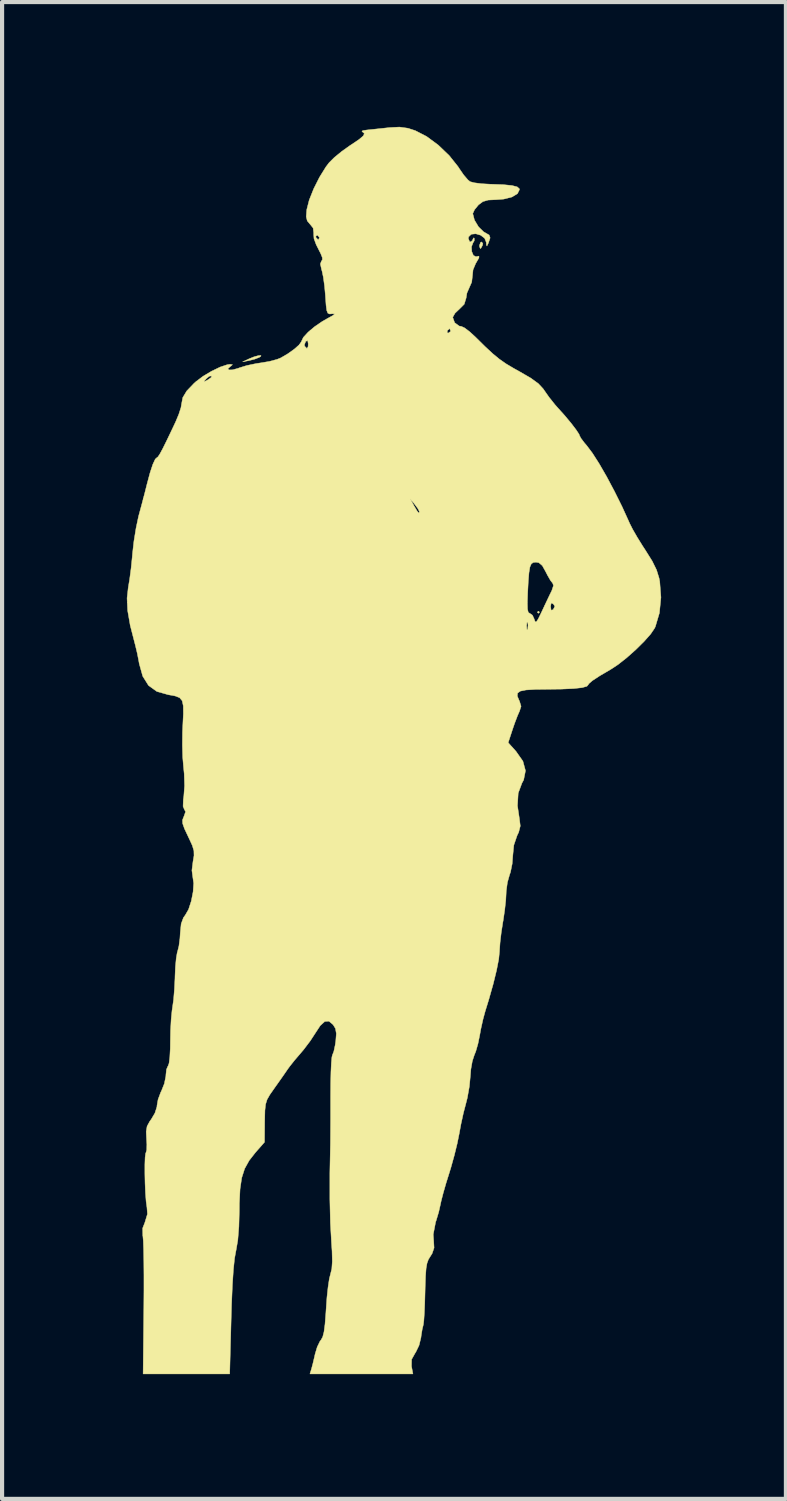
<source format=kicad_pcb>
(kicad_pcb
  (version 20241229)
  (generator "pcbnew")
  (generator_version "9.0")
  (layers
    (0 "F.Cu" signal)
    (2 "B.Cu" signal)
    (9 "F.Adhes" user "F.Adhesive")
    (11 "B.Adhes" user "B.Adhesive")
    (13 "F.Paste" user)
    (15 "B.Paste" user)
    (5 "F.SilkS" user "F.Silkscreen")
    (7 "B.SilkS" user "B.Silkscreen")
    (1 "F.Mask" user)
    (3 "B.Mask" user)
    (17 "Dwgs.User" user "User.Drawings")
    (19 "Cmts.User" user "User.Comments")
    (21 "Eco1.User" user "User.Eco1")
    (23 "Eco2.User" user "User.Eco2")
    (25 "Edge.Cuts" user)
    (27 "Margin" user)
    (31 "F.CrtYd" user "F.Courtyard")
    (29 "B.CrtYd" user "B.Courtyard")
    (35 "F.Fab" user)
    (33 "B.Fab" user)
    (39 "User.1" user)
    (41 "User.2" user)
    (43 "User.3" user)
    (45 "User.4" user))
  (footprint "mme"
    (layer "F.Cu")
    (at 5.912 14.852)
    (property "Reference" "mme" (at 0 0 0) (layer "F.SilkS") (effects (font (size 1.524 1.524) (thickness 0.3))))
    (attr through_hole)
    (fp_poly (pts (xy 4.011 -3.182) (xy 3.984 -3.155) (xy 3.957 -3.182) (xy 3.984 -3.208) (xy 4.011 -3.182)) (stroke (width 0.01) (type solid)) (fill yes) (layer "F.SilkS"))
    (fp_poly (pts (xy 2.648 -12.046) (xy 2.64 -12.005) (xy 2.602 -11.934) (xy 2.588 -11.925) (xy 2.569 -11.968) (xy 2.567 -12.005) (xy 2.595 -12.076) (xy 2.619 -12.085) (xy 2.648 -12.046)) (stroke (width 0.01) (type solid)) (fill yes) (layer "F.SilkS"))
    (fp_poly (pts (xy -2.691 -9.334) (xy -2.727 -9.31) (xy -2.837 -9.267) (xy -2.968 -9.234) (xy -3.128 -9.202) (xy -2.968 -9.277) (xy -2.849 -9.325) (xy -2.747 -9.352) (xy -2.686 -9.356) (xy -2.691 -9.334)) (stroke (width 0.01) (type solid)) (fill yes) (layer "F.SilkS"))
    (fp_poly (pts (xy 0.846 -14.819) (xy 1.024 -14.761) (xy 1.294 -14.622) (xy 1.576 -14.414) (xy 1.839 -14.162) (xy 2.051 -13.896) (xy 2.079 -13.852) (xy 2.185 -13.698) (xy 2.288 -13.578) (xy 2.342 -13.534) (xy 2.444 -13.507) (xy 2.617 -13.485) (xy 2.825 -13.473) (xy 2.839 -13.473) (xy 3.142 -13.462) (xy 3.35 -13.441) (xy 3.474 -13.409) (xy 3.526 -13.363) (xy 3.529 -13.344) (xy 3.48 -13.245) (xy 3.346 -13.165) (xy 3.15 -13.115) (xy 2.967 -13.101) (xy 2.776 -13.092) (xy 2.649 -13.055) (xy 2.548 -12.98) (xy 2.538 -12.97) (xy 2.448 -12.86) (xy 2.407 -12.77) (xy 2.406 -12.764) (xy 2.446 -12.611) (xy 2.543 -12.449) (xy 2.665 -12.329) (xy 2.7 -12.309) (xy 2.8 -12.251) (xy 2.823 -12.183) (xy 2.782 -12.061) (xy 2.781 -12.058) (xy 2.746 -11.987) (xy 2.733 -12.015) (xy 2.731 -12.073) (xy 2.69 -12.175) (xy 2.594 -12.247) (xy 2.477 -12.281) (xy 2.37 -12.27) (xy 2.306 -12.208) (xy 2.299 -12.167) (xy 2.328 -12.095) (xy 2.353 -12.085) (xy 2.403 -12.127) (xy 2.406 -12.147) (xy 2.427 -12.184) (xy 2.441 -12.175) (xy 2.441 -12.112) (xy 2.412 -12.065) (xy 2.375 -11.969) (xy 2.381 -11.855) (xy 2.42 -11.762) (xy 2.482 -11.729) (xy 2.493 -11.733) (xy 2.555 -11.744) (xy 2.553 -11.7) (xy 2.487 -11.586) (xy 2.475 -11.566) (xy 2.412 -11.415) (xy 2.398 -11.275) (xy 2.38 -11.118) (xy 2.33 -11.005) (xy 2.265 -10.856) (xy 2.246 -10.738) (xy 2.2 -10.587) (xy 2.085 -10.472) (xy 1.98 -10.373) (xy 1.927 -10.28) (xy 1.925 -10.268) (xy 1.97 -10.143) (xy 2.078 -10.063) (xy 2.134 -10.053) (xy 2.211 -10.017) (xy 2.333 -9.924) (xy 2.469 -9.799) (xy 2.702 -9.569) (xy 2.887 -9.397) (xy 3.048 -9.265) (xy 3.209 -9.153) (xy 3.396 -9.042) (xy 3.54 -8.962) (xy 3.802 -8.81) (xy 3.982 -8.679) (xy 4.099 -8.553) (xy 4.126 -8.513) (xy 4.238 -8.353) (xy 4.38 -8.175) (xy 4.445 -8.101) (xy 4.618 -7.909) (xy 4.771 -7.725) (xy 4.89 -7.569) (xy 4.961 -7.461) (xy 4.973 -7.427) (xy 5.006 -7.365) (xy 5.089 -7.255) (xy 5.147 -7.187) (xy 5.281 -7.009) (xy 5.445 -6.753) (xy 5.626 -6.439) (xy 5.813 -6.087) (xy 5.996 -5.719) (xy 6.162 -5.354) (xy 6.176 -5.321) (xy 6.247 -5.18) (xy 6.359 -4.985) (xy 6.494 -4.768) (xy 6.558 -4.67) (xy 6.72 -4.411) (xy 6.824 -4.199) (xy 6.885 -4.002) (xy 6.901 -3.921) (xy 6.93 -3.537) (xy 6.893 -3.163) (xy 6.796 -2.836) (xy 6.776 -2.795) (xy 6.682 -2.656) (xy 6.524 -2.478) (xy 6.325 -2.281) (xy 6.109 -2.089) (xy 5.9 -1.924) (xy 5.735 -1.815) (xy 5.458 -1.652) (xy 5.278 -1.534) (xy 5.194 -1.46) (xy 5.187 -1.444) (xy 5.15 -1.401) (xy 5.034 -1.368) (xy 4.831 -1.346) (xy 4.536 -1.333) (xy 4.215 -1.329) (xy 3.902 -1.325) (xy 3.683 -1.312) (xy 3.548 -1.284) (xy 3.483 -1.237) (xy 3.476 -1.167) (xy 3.517 -1.067) (xy 3.528 -1.046) (xy 3.567 -0.919) (xy 3.53 -0.804) (xy 3.48 -0.69) (xy 3.414 -0.516) (xy 3.362 -0.365) (xy 3.257 -0.045) (xy 3.443 0.161) (xy 3.611 0.4) (xy 3.673 0.629) (xy 3.629 0.851) (xy 3.588 0.927) (xy 3.498 1.168) (xy 3.48 1.472) (xy 3.527 1.786) (xy 3.548 1.958) (xy 3.509 2.11) (xy 3.472 2.186) (xy 3.393 2.418) (xy 3.369 2.661) (xy 3.353 2.868) (xy 3.313 3.066) (xy 3.289 3.136) (xy 3.238 3.316) (xy 3.21 3.524) (xy 3.208 3.576) (xy 3.199 3.748) (xy 3.173 3.981) (xy 3.137 4.229) (xy 3.128 4.278) (xy 3.09 4.522) (xy 3.062 4.759) (xy 3.049 4.944) (xy 3.048 4.973) (xy 3.03 5.159) (xy 2.978 5.426) (xy 2.897 5.757) (xy 2.791 6.132) (xy 2.703 6.417) (xy 2.651 6.609) (xy 2.599 6.843) (xy 2.573 6.987) (xy 2.531 7.193) (xy 2.478 7.378) (xy 2.44 7.473) (xy 2.395 7.611) (xy 2.36 7.807) (xy 2.347 7.972) (xy 2.323 8.223) (xy 2.275 8.493) (xy 2.239 8.636) (xy 2.18 8.861) (xy 2.121 9.13) (xy 2.079 9.358) (xy 2.032 9.59) (xy 1.962 9.876) (xy 1.88 10.171) (xy 1.839 10.304) (xy 1.761 10.553) (xy 1.694 10.787) (xy 1.646 10.973) (xy 1.629 11.052) (xy 1.587 11.239) (xy 1.526 11.443) (xy 1.512 11.483) (xy 1.455 11.78) (xy 1.465 11.927) (xy 1.475 12.102) (xy 1.428 12.239) (xy 1.386 12.305) (xy 1.338 12.383) (xy 1.305 12.475) (xy 1.283 12.602) (xy 1.27 12.785) (xy 1.261 13.046) (xy 1.258 13.171) (xy 1.251 13.44) (xy 1.241 13.675) (xy 1.229 13.853) (xy 1.217 13.95) (xy 1.215 13.957) (xy 1.19 14.059) (xy 1.165 14.214) (xy 1.159 14.262) (xy 1.114 14.446) (xy 1.035 14.61) (xy 1.018 14.635) (xy 0.935 14.784) (xy 0.932 14.946) (xy 0.934 14.958) (xy 0.967 15.133) (xy -1.51 15.133) (xy -1.473 15.013) (xy -1.439 14.885) (xy -1.398 14.712) (xy -1.386 14.656) (xy -1.335 14.486) (xy -1.269 14.349) (xy -1.246 14.32) (xy -1.204 14.247) (xy -1.172 14.124) (xy -1.147 13.933) (xy -1.126 13.658) (xy -1.12 13.567) (xy -1.101 13.295) (xy -1.074 13.046) (xy -1.044 12.847) (xy -1.016 12.734) (xy -0.984 12.606) (xy -0.972 12.429) (xy -0.978 12.182) (xy -0.991 11.985) (xy -1.018 11.502) (xy -1.031 10.934) (xy -1.031 10.301) (xy -1.021 9.786) (xy -1.017 9.593) (xy -1.015 9.323) (xy -1.013 9.002) (xy -1.013 8.66) (xy -1.013 8.454) (xy -1.011 8.147) (xy -1.005 7.875) (xy -0.995 7.659) (xy -0.982 7.515) (xy -0.969 7.465) (xy -0.936 7.381) (xy -0.904 7.231) (xy -0.889 7.132) (xy -0.875 6.95) (xy -0.896 6.829) (xy -0.953 6.736) (xy -1.053 6.652) (xy -1.153 6.659) (xy -1.263 6.76) (xy -1.377 6.934) (xy -1.501 7.124) (xy -1.656 7.329) (xy -1.741 7.43) (xy -1.875 7.586) (xy -1.991 7.732) (xy -2.046 7.807) (xy -2.122 7.918) (xy -2.236 8.081) (xy -2.363 8.26) (xy -2.364 8.262) (xy -2.472 8.416) (xy -2.54 8.535) (xy -2.576 8.651) (xy -2.592 8.798) (xy -2.597 9.012) (xy -2.598 9.072) (xy -2.602 9.561) (xy -2.821 9.81) (xy -2.971 10.002) (xy -3.079 10.197) (xy -3.15 10.418) (xy -3.19 10.689) (xy -3.207 11.033) (xy -3.208 11.21) (xy -3.218 11.592) (xy -3.244 11.917) (xy -3.286 12.162) (xy -3.289 12.175) (xy -3.322 12.355) (xy -3.35 12.625) (xy -3.374 12.991) (xy -3.394 13.456) (xy -3.404 13.808) (xy -3.439 15.133) (xy -5.521 15.133) (xy -5.504 13.542) (xy -5.501 13.134) (xy -5.501 12.754) (xy -5.504 12.419) (xy -5.509 12.142) (xy -5.516 11.939) (xy -5.526 11.824) (xy -5.529 11.81) (xy -5.532 11.629) (xy -5.48 11.496) (xy -5.417 11.289) (xy -5.429 11.129) (xy -5.449 10.984) (xy -5.464 10.784) (xy -5.474 10.553) (xy -5.479 10.317) (xy -5.479 10.1) (xy -5.473 9.928) (xy -5.46 9.827) (xy -5.452 9.811) (xy -5.434 9.748) (xy -5.431 9.613) (xy -5.438 9.49) (xy -5.447 9.305) (xy -5.425 9.177) (xy -5.362 9.061) (xy -5.326 9.012) (xy -5.237 8.861) (xy -5.189 8.711) (xy -5.187 8.679) (xy -5.161 8.533) (xy -5.098 8.364) (xy -5.08 8.328) (xy -5.01 8.152) (xy -4.974 7.973) (xy -4.973 7.944) (xy -4.959 7.811) (xy -4.924 7.731) (xy -4.92 7.727) (xy -4.897 7.662) (xy -4.879 7.513) (xy -4.868 7.302) (xy -4.866 7.143) (xy -4.861 6.874) (xy -4.847 6.613) (xy -4.826 6.397) (xy -4.814 6.317) (xy -4.788 6.131) (xy -4.768 5.884) (xy -4.755 5.625) (xy -4.754 5.575) (xy -4.744 5.345) (xy -4.725 5.142) (xy -4.701 5) (xy -4.692 4.973) (xy -4.66 4.845) (xy -4.636 4.659) (xy -4.628 4.532) (xy -4.606 4.31) (xy -4.551 4.161) (xy -4.509 4.104) (xy -4.429 3.966) (xy -4.363 3.765) (xy -4.319 3.54) (xy -4.305 3.335) (xy -4.325 3.197) (xy -4.348 3.026) (xy -4.321 2.812) (xy -4.297 2.67) (xy -4.3 2.554) (xy -4.338 2.427) (xy -4.419 2.251) (xy -4.439 2.209) (xy -4.527 2.022) (xy -4.57 1.9) (xy -4.574 1.815) (xy -4.544 1.736) (xy -4.54 1.729) (xy -4.5 1.615) (xy -4.529 1.561) (xy -4.56 1.487) (xy -4.554 1.324) (xy -4.542 1.237) (xy -4.524 0.994) (xy -4.533 0.703) (xy -4.549 0.541) (xy -4.569 0.307) (xy -4.577 0.012) (xy -4.574 -0.296) (xy -4.567 -0.456) (xy -4.553 -0.737) (xy -4.555 -0.929) (xy -4.582 -1.053) (xy -4.643 -1.126) (xy -4.748 -1.167) (xy -4.904 -1.196) (xy -4.92 -1.199) (xy -5.191 -1.276) (xy -5.391 -1.42) (xy -5.53 -1.642) (xy -5.616 -1.95) (xy -5.62 -1.979) (xy -5.66 -2.187) (xy -5.71 -2.396) (xy -5.72 -2.433) (xy -5.83 -2.861) (xy 3.7 -2.861) (xy 3.706 -2.77) (xy 3.723 -2.761) (xy 3.725 -2.766) (xy 3.735 -2.872) (xy 3.727 -2.927) (xy 3.71 -2.948) (xy 3.7 -2.877) (xy 3.7 -2.861) (xy -5.83 -2.861) (xy -5.831 -2.865) (xy -5.893 -3.221) (xy -5.902 -3.409) (xy 3.718 -3.409) (xy 3.722 -3.257) (xy 3.74 -3.178) (xy 3.774 -3.155) (xy 3.776 -3.155) (xy 3.841 -3.109) (xy 3.883 -3.017) (xy 3.905 -2.953) (xy 3.932 -2.949) (xy 3.978 -3.017) (xy 4.052 -3.168) (xy 4.075 -3.217) (xy 4.121 -3.315) (xy 4.278 -3.315) (xy 4.289 -3.23) (xy 4.329 -3.239) (xy 4.342 -3.251) (xy 4.379 -3.324) (xy 4.342 -3.38) (xy 4.294 -3.406) (xy 4.278 -3.341) (xy 4.278 -3.315) (xy 4.121 -3.315) (xy 4.167 -3.413) (xy 4.251 -3.59) (xy 4.306 -3.702) (xy 4.346 -3.823) (xy 4.326 -3.88) (xy 4.275 -3.944) (xy 4.202 -4.071) (xy 4.163 -4.148) (xy 4.078 -4.301) (xy 3.995 -4.372) (xy 3.925 -4.385) (xy 3.859 -4.377) (xy 3.812 -4.343) (xy 3.779 -4.267) (xy 3.757 -4.131) (xy 3.74 -3.92) (xy 3.726 -3.65) (xy 3.718 -3.409) (xy -5.902 -3.409) (xy -5.907 -3.52) (xy -5.879 -3.77) (xy -5.845 -3.975) (xy -5.81 -4.239) (xy -5.782 -4.515) (xy -5.775 -4.599) (xy -5.742 -4.889) (xy -5.691 -5.203) (xy -5.632 -5.482) (xy -5.618 -5.535) (xy -5.551 -5.783) (xy -5.518 -5.909) (xy 0.9 -5.909) (xy 0.996 -5.735) (xy 1.073 -5.605) (xy 1.112 -5.564) (xy 1.122 -5.601) (xy 1.09 -5.667) (xy 1.015 -5.77) (xy 1.01 -5.775) (xy 0.9 -5.909) (xy -5.518 -5.909) (xy -5.484 -6.037) (xy -5.432 -6.243) (xy -5.429 -6.256) (xy -5.356 -6.529) (xy -5.288 -6.736) (xy -5.229 -6.863) (xy -5.19 -6.898) (xy -5.163 -6.919) (xy -5.118 -6.987) (xy -5.049 -7.115) (xy -4.951 -7.313) (xy -4.817 -7.593) (xy -4.739 -7.759) (xy -4.663 -7.941) (xy -4.611 -8.102) (xy -4.597 -8.187) (xy -4.567 -8.344) (xy -4.471 -8.503) (xy -4.298 -8.684) (xy -4.251 -8.726) (xy -4.24 -8.734) (xy -4.058 -8.734) (xy -4.037 -8.732) (xy -3.966 -8.768) (xy -3.885 -8.825) (xy -3.874 -8.864) (xy -3.93 -8.856) (xy -3.998 -8.8) (xy -4.058 -8.734) (xy -4.24 -8.734) (xy -4.08 -8.855) (xy -3.875 -8.977) (xy -3.67 -9.076) (xy -3.497 -9.134) (xy -3.429 -9.143) (xy -3.372 -9.134) (xy -3.413 -9.097) (xy -3.421 -9.093) (xy -3.482 -9.036) (xy -3.458 -9.008) (xy -3.369 -9.01) (xy -3.235 -9.047) (xy -3.211 -9.057) (xy -3.029 -9.113) (xy -2.806 -9.16) (xy -2.687 -9.178) (xy -2.485 -9.212) (xy -2.301 -9.261) (xy -2.219 -9.293) (xy -2.045 -9.394) (xy -1.885 -9.508) (xy -1.77 -9.61) (xy -1.644 -9.61) (xy -1.634 -9.576) (xy -1.581 -9.522) (xy -1.554 -9.57) (xy -1.551 -9.636) (xy -1.564 -9.714) (xy -1.609 -9.695) (xy -1.61 -9.694) (xy -1.644 -9.61) (xy -1.77 -9.61) (xy -1.766 -9.614) (xy -1.712 -9.694) (xy -1.711 -9.701) (xy -1.668 -9.791) (xy -1.555 -9.914) (xy -1.517 -9.946) (xy 1.791 -9.946) (xy 1.796 -9.897) (xy 1.815 -9.893) (xy 1.869 -9.931) (xy 1.872 -9.946) (xy 1.853 -9.998) (xy 1.848 -10) (xy 1.802 -9.962) (xy 1.791 -9.946) (xy -1.517 -9.946) (xy -1.395 -10.049) (xy -1.211 -10.175) (xy -1.095 -10.241) (xy -0.957 -10.317) (xy -0.916 -10.355) (xy -0.966 -10.358) (xy -0.969 -10.358) (xy -1.036 -10.352) (xy -1.079 -10.371) (xy -1.105 -10.435) (xy -1.122 -10.564) (xy -1.137 -10.778) (xy -1.138 -10.797) (xy -1.159 -11.029) (xy -1.188 -11.238) (xy -1.219 -11.386) (xy -1.228 -11.412) (xy -1.259 -11.555) (xy -1.236 -11.619) (xy -1.211 -11.656) (xy -1.212 -11.708) (xy -1.249 -11.801) (xy -1.327 -11.956) (xy -1.359 -12.019) (xy -1.412 -12.162) (xy -1.416 -12.213) (xy -1.372 -12.213) (xy -1.364 -12.192) (xy -1.316 -12.141) (xy -1.307 -12.139) (xy -1.284 -12.18) (xy -1.283 -12.192) (xy -1.324 -12.243) (xy -1.34 -12.245) (xy -1.372 -12.213) (xy -1.416 -12.213) (xy -1.421 -12.284) (xy -1.418 -12.295) (xy -1.433 -12.419) (xy -1.503 -12.506) (xy -1.574 -12.591) (xy -1.599 -12.692) (xy -1.587 -12.851) (xy -1.585 -12.866) (xy -1.527 -13.093) (xy -1.419 -13.364) (xy -1.278 -13.644) (xy -1.122 -13.895) (xy -1.047 -13.993) (xy -0.925 -14.114) (xy -0.746 -14.261) (xy -0.547 -14.403) (xy -0.517 -14.422) (xy -0.33 -14.548) (xy -0.228 -14.634) (xy -0.202 -14.688) (xy -0.219 -14.709) (xy -0.26 -14.741) (xy -0.242 -14.761) (xy -0.146 -14.776) (xy -0.053 -14.786) (xy 0.072 -14.799) (xy 0.258 -14.819) (xy 0.406 -14.835) (xy 0.644 -14.847) (xy 0.846 -14.819)) (stroke (width 0.01) (type solid)) (fill yes) (layer "F.SilkS")))
  (gr_rect
    (start -3 -3)
    (end 15.847 32.99)
    (stroke (width 0.1) (type default))
    (fill no)
    (layer "Edge.Cuts")))
</source>
